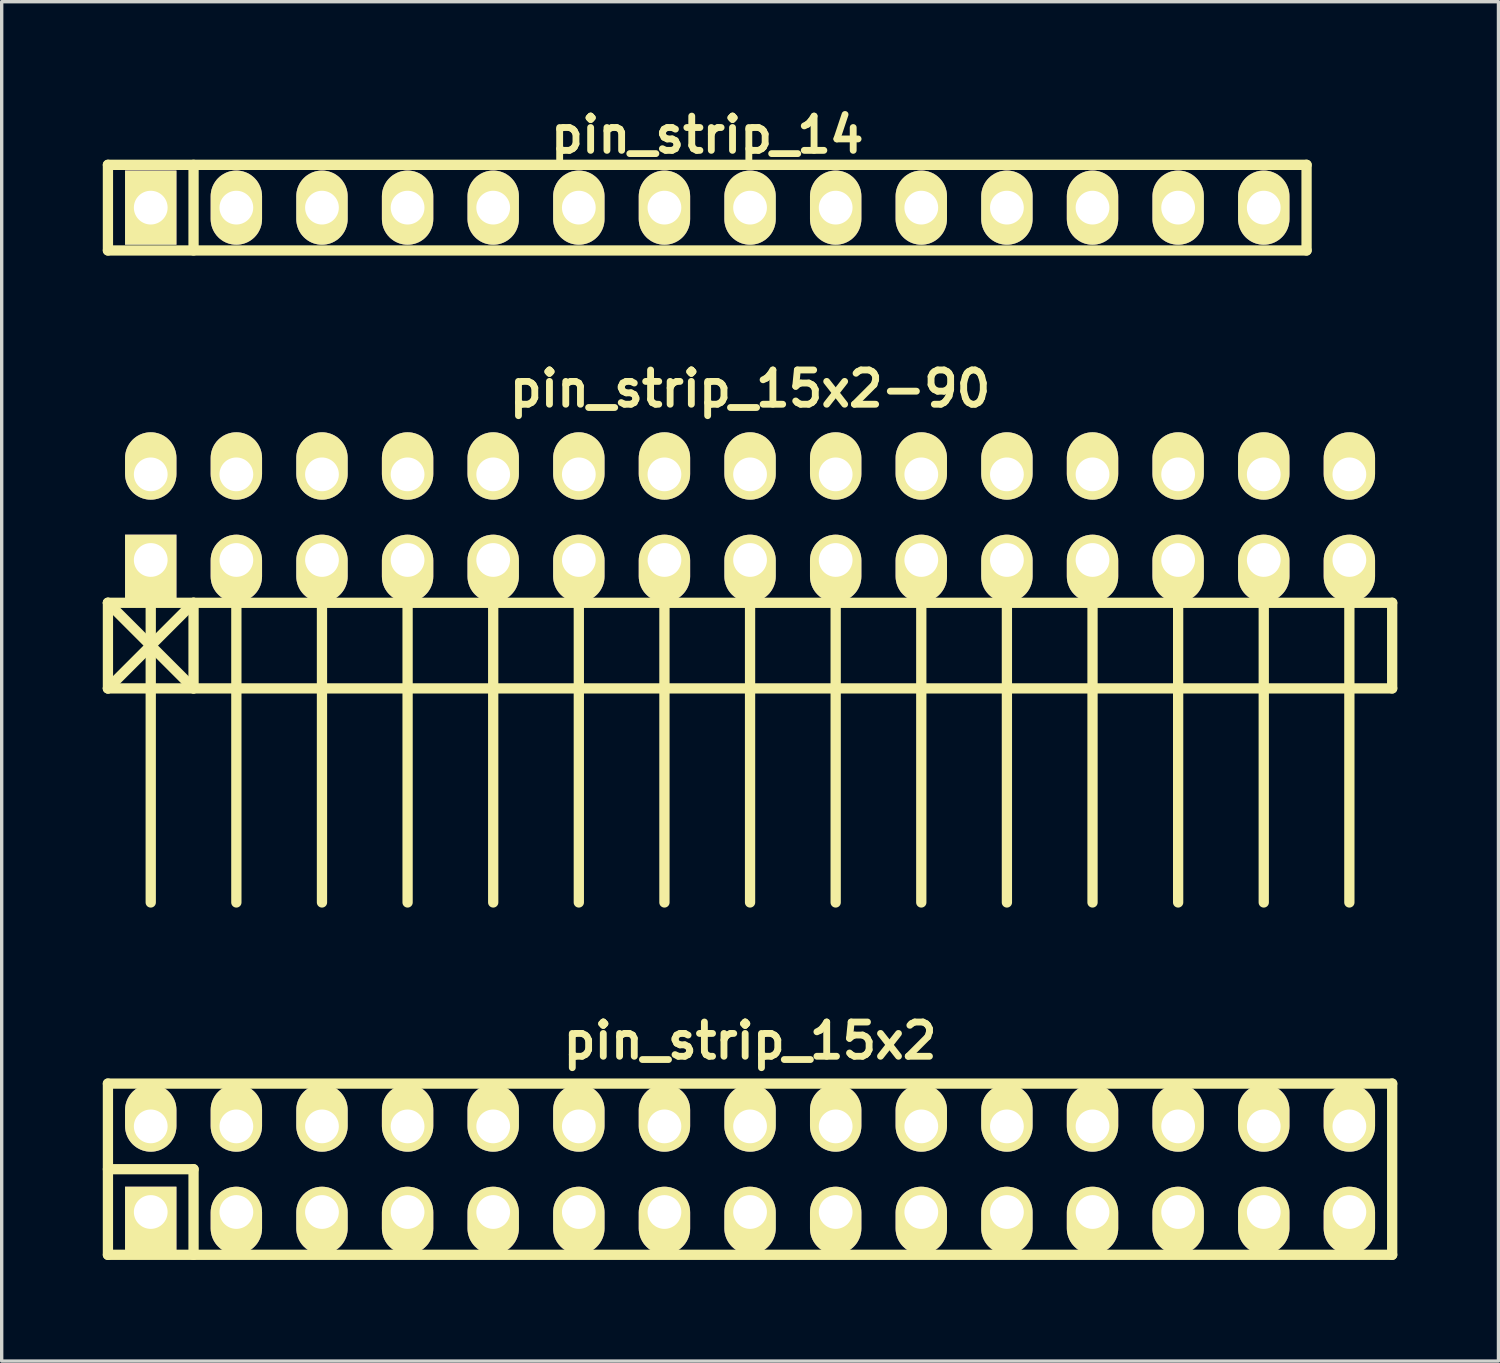
<source format=kicad_pcb>
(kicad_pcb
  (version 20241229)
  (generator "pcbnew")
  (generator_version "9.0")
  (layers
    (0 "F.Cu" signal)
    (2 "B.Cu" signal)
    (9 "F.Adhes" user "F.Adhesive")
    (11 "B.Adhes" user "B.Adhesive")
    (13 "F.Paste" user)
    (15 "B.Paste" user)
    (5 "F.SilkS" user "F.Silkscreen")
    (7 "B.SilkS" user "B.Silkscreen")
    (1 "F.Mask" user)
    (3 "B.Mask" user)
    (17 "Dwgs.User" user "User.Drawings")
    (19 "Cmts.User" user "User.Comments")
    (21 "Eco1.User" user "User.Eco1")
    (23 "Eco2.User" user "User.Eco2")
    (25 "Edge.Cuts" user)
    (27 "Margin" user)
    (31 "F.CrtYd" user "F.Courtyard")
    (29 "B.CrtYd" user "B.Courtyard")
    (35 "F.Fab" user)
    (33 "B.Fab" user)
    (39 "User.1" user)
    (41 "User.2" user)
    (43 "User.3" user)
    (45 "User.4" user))
  (footprint "pin_strip_15x2"
    (layer "F.Cu")
    (at 19.202 31.637)
    (property "Reference" "pin_strip_15x2" (at 0 -3.81 0) (layer "F.SilkS") (effects (font (size 1.016 1.016) (thickness 0.203))))
    (attr through_hole)
    (fp_line (start -19.05 -2.54) (end -19.05 2.54) (stroke (width 0.305) (type solid)) (layer "F.SilkS"))
    (fp_line (start -19.05 -2.54) (end 19.05 -2.54) (stroke (width 0.305) (type solid)) (layer "F.SilkS"))
    (fp_line (start -19.05 0) (end -16.51 0) (stroke (width 0.305) (type solid)) (layer "F.SilkS"))
    (fp_line (start -16.51 0) (end -16.51 2.54) (stroke (width 0.305) (type solid)) (layer "F.SilkS"))
    (fp_line (start 19.05 2.54) (end -19.05 2.54) (stroke (width 0.305) (type solid)) (layer "F.SilkS"))
    (fp_line (start 19.05 2.54) (end 19.05 -2.54) (stroke (width 0.305) (type solid)) (layer "F.SilkS"))
    (pad "1" thru_hole rect (at -17.78 1.27) (size 1.524 1.999) (drill 1.001 (offset 0 0.249)) (layers "*.Cu" "*.Mask" "F.SilkS"))
    (pad "2" thru_hole oval (at -17.78 -1.27) (size 1.524 1.999) (drill 1.001 (offset 0 -0.249)) (layers "*.Cu" "*.Mask" "F.SilkS"))
    (pad "3" thru_hole oval (at -15.24 1.27) (size 1.524 1.999) (drill 1.001 (offset 0 0.249)) (layers "*.Cu" "*.Mask" "F.SilkS"))
    (pad "4" thru_hole oval (at -15.24 -1.27) (size 1.524 1.999) (drill 1.001 (offset 0 -0.249)) (layers "*.Cu" "*.Mask" "F.SilkS"))
    (pad "5" thru_hole oval (at -12.7 1.27) (size 1.524 1.999) (drill 1.001 (offset 0 0.249)) (layers "*.Cu" "*.Mask" "F.SilkS"))
    (pad "6" thru_hole oval (at -12.7 -1.27) (size 1.524 1.999) (drill 1.001 (offset 0 -0.249)) (layers "*.Cu" "*.Mask" "F.SilkS"))
    (pad "7" thru_hole oval (at -10.16 1.27) (size 1.524 1.999) (drill 1.001 (offset 0 0.249)) (layers "*.Cu" "*.Mask" "F.SilkS"))
    (pad "8" thru_hole oval (at -10.16 -1.27) (size 1.524 1.999) (drill 1.001 (offset 0 -0.249)) (layers "*.Cu" "*.Mask" "F.SilkS"))
    (pad "9" thru_hole oval (at -7.62 1.27) (size 1.524 1.999) (drill 1.001 (offset 0 0.249)) (layers "*.Cu" "*.Mask" "F.SilkS"))
    (pad "10" thru_hole oval (at -7.62 -1.27) (size 1.524 1.999) (drill 1.001 (offset 0 -0.249)) (layers "*.Cu" "*.Mask" "F.SilkS"))
    (pad "11" thru_hole oval (at -5.08 1.27) (size 1.524 1.999) (drill 1.001 (offset 0 0.249)) (layers "*.Cu" "*.Mask" "F.SilkS"))
    (pad "12" thru_hole oval (at -5.08 -1.27) (size 1.524 1.999) (drill 1.001 (offset 0 -0.249)) (layers "*.Cu" "*.Mask" "F.SilkS"))
    (pad "13" thru_hole oval (at -2.54 1.27) (size 1.524 1.999) (drill 1.001 (offset 0 0.249)) (layers "*.Cu" "*.Mask" "F.SilkS"))
    (pad "14" thru_hole oval (at -2.54 -1.27) (size 1.524 1.999) (drill 1.001 (offset 0 -0.249)) (layers "*.Cu" "*.Mask" "F.SilkS"))
    (pad "15" thru_hole oval (at 0 1.27) (size 1.524 1.999) (drill 1.001 (offset 0 0.249)) (layers "*.Cu" "*.Mask" "F.SilkS"))
    (pad "16" thru_hole oval (at 0 -1.27) (size 1.524 1.999) (drill 1.001 (offset 0 -0.249)) (layers "*.Cu" "*.Mask" "F.SilkS"))
    (pad "17" thru_hole oval (at 2.54 1.27) (size 1.524 1.999) (drill 1.001 (offset 0 0.249)) (layers "*.Cu" "*.Mask" "F.SilkS"))
    (pad "18" thru_hole oval (at 2.54 -1.27) (size 1.524 1.999) (drill 1.001 (offset 0 -0.249)) (layers "*.Cu" "*.Mask" "F.SilkS"))
    (pad "19" thru_hole oval (at 5.08 1.27) (size 1.524 1.999) (drill 1.001 (offset 0 0.249)) (layers "*.Cu" "*.Mask" "F.SilkS"))
    (pad "20" thru_hole oval (at 5.08 -1.27) (size 1.524 1.999) (drill 1.001 (offset 0 -0.249)) (layers "*.Cu" "*.Mask" "F.SilkS"))
    (pad "21" thru_hole oval (at 7.62 1.27) (size 1.524 1.999) (drill 1.001 (offset 0 0.249)) (layers "*.Cu" "*.Mask" "F.SilkS"))
    (pad "22" thru_hole oval (at 7.62 -1.27) (size 1.524 1.999) (drill 1.001 (offset 0 -0.249)) (layers "*.Cu" "*.Mask" "F.SilkS"))
    (pad "23" thru_hole oval (at 10.16 1.27) (size 1.524 1.999) (drill 1.001 (offset 0 0.249)) (layers "*.Cu" "*.Mask" "F.SilkS"))
    (pad "24" thru_hole oval (at 10.16 -1.27) (size 1.524 1.999) (drill 1.001 (offset 0 -0.249)) (layers "*.Cu" "*.Mask" "F.SilkS"))
    (pad "25" thru_hole oval (at 12.7 1.27) (size 1.524 1.999) (drill 1.001 (offset 0 0.249)) (layers "*.Cu" "*.Mask" "F.SilkS"))
    (pad "26" thru_hole oval (at 12.7 -1.27) (size 1.524 1.999) (drill 1.001 (offset 0 -0.249)) (layers "*.Cu" "*.Mask" "F.SilkS"))
    (pad "27" thru_hole oval (at 15.24 1.27) (size 1.524 1.999) (drill 1.001 (offset 0 0.249)) (layers "*.Cu" "*.Mask" "F.SilkS"))
    (pad "28" thru_hole oval (at 15.24 -1.27) (size 1.524 1.999) (drill 1.001 (offset 0 -0.249)) (layers "*.Cu" "*.Mask" "F.SilkS"))
    (pad "29" thru_hole oval (at 17.78 1.27) (size 1.524 1.999) (drill 1.001 (offset 0 0.249)) (layers "*.Cu" "*.Mask" "F.SilkS"))
    (pad "30" thru_hole oval (at 17.78 -1.27) (size 1.524 1.999) (drill 1.001 (offset 0 -0.249)) (layers "*.Cu" "*.Mask" "F.SilkS")))
  (footprint "pin_strip_14"
    (layer "F.Cu")
    (at 17.932 3.11)
    (property "Reference" "pin_strip_14" (at 0 -2.159 0) (layer "F.SilkS") (effects (font (size 1.016 1.016) (thickness 0.203))))
    (attr through_hole)
    (fp_line (start -17.78 -1.27) (end 17.78 -1.27) (stroke (width 0.305) (type solid)) (layer "F.SilkS"))
    (fp_line (start -17.78 1.27) (end -17.78 -1.27) (stroke (width 0.305) (type solid)) (layer "F.SilkS"))
    (fp_line (start -15.24 -1.27) (end -15.24 1.27) (stroke (width 0.305) (type solid)) (layer "F.SilkS"))
    (fp_line (start 17.78 -1.27) (end 17.78 1.27) (stroke (width 0.305) (type solid)) (layer "F.SilkS"))
    (fp_line (start 17.78 1.27) (end -17.78 1.27) (stroke (width 0.305) (type solid)) (layer "F.SilkS"))
    (pad "1" thru_hole rect (at -16.51 0) (size 1.524 2.2) (drill 1.001) (layers "*.Cu" "*.Mask" "F.SilkS"))
    (pad "2" thru_hole oval (at -13.97 0) (size 1.524 2.2) (drill 1.001) (layers "*.Cu" "*.Mask" "F.SilkS"))
    (pad "3" thru_hole oval (at -11.43 0) (size 1.524 2.2) (drill 1.001) (layers "*.Cu" "*.Mask" "F.SilkS"))
    (pad "4" thru_hole oval (at -8.89 0) (size 1.524 2.2) (drill 1.001) (layers "*.Cu" "*.Mask" "F.SilkS"))
    (pad "5" thru_hole oval (at -6.35 0) (size 1.524 2.2) (drill 1.001) (layers "*.Cu" "*.Mask" "F.SilkS"))
    (pad "6" thru_hole oval (at -3.81 0) (size 1.524 2.2) (drill 1.001) (layers "*.Cu" "*.Mask" "F.SilkS"))
    (pad "7" thru_hole oval (at -1.27 0) (size 1.524 2.2) (drill 1.001) (layers "*.Cu" "*.Mask" "F.SilkS"))
    (pad "8" thru_hole oval (at 1.27 0) (size 1.524 2.2) (drill 1.001) (layers "*.Cu" "*.Mask" "F.SilkS"))
    (pad "9" thru_hole oval (at 3.81 0) (size 1.524 2.2) (drill 1.001) (layers "*.Cu" "*.Mask" "F.SilkS"))
    (pad "10" thru_hole oval (at 6.35 0) (size 1.524 2.2) (drill 1.001) (layers "*.Cu" "*.Mask" "F.SilkS"))
    (pad "11" thru_hole oval (at 8.89 0) (size 1.524 2.2) (drill 1.001) (layers "*.Cu" "*.Mask" "F.SilkS"))
    (pad "12" thru_hole oval (at 11.43 0) (size 1.524 2.2) (drill 1.001) (layers "*.Cu" "*.Mask" "F.SilkS"))
    (pad "13" thru_hole oval (at 13.97 0) (size 1.524 2.2) (drill 1.001) (layers "*.Cu" "*.Mask" "F.SilkS"))
    (pad "14" thru_hole oval (at 16.51 0) (size 1.524 2.2) (drill 1.001) (layers "*.Cu" "*.Mask" "F.SilkS")))
  (footprint "pin_strip_15x2-90"
    (layer "F.Cu")
    (at 19.202 12.293)
    (property "Reference" "pin_strip_15x2-90" (at 0 -3.81 0) (layer "F.SilkS") (effects (font (size 1.016 1.016) (thickness 0.203))))
    (attr through_hole)
    (fp_line (start -19.05 2.54) (end -16.51 5.08) (stroke (width 0.305) (type solid)) (layer "F.SilkS"))
    (fp_line (start -19.05 2.54) (end 19.05 2.54) (stroke (width 0.305) (type solid)) (layer "F.SilkS"))
    (fp_line (start -19.05 5.08) (end -19.05 2.54) (stroke (width 0.305) (type solid)) (layer "F.SilkS"))
    (fp_line (start -17.78 1.27) (end -17.78 11.43) (stroke (width 0.305) (type solid)) (layer "F.SilkS"))
    (fp_line (start -16.51 2.54) (end -19.05 5.08) (stroke (width 0.305) (type solid)) (layer "F.SilkS"))
    (fp_line (start -16.51 5.08) (end -16.51 2.54) (stroke (width 0.305) (type solid)) (layer "F.SilkS"))
    (fp_line (start -15.24 1.27) (end -15.24 11.43) (stroke (width 0.305) (type solid)) (layer "F.SilkS"))
    (fp_line (start -12.7 11.43) (end -12.7 1.27) (stroke (width 0.305) (type solid)) (layer "F.SilkS"))
    (fp_line (start -10.16 1.27) (end -10.16 11.43) (stroke (width 0.305) (type solid)) (layer "F.SilkS"))
    (fp_line (start -7.62 1.27) (end -7.62 11.43) (stroke (width 0.305) (type solid)) (layer "F.SilkS"))
    (fp_line (start -5.08 1.27) (end -5.08 11.43) (stroke (width 0.305) (type solid)) (layer "F.SilkS"))
    (fp_line (start -2.54 1.27) (end -2.54 11.43) (stroke (width 0.305) (type solid)) (layer "F.SilkS"))
    (fp_line (start 0 1.27) (end 0 11.43) (stroke (width 0.305) (type solid)) (layer "F.SilkS"))
    (fp_line (start 2.54 1.27) (end 2.54 11.43) (stroke (width 0.305) (type solid)) (layer "F.SilkS"))
    (fp_line (start 5.08 1.27) (end 5.08 11.43) (stroke (width 0.305) (type solid)) (layer "F.SilkS"))
    (fp_line (start 7.62 1.27) (end 7.62 11.43) (stroke (width 0.305) (type solid)) (layer "F.SilkS"))
    (fp_line (start 10.16 1.27) (end 10.16 11.43) (stroke (width 0.305) (type solid)) (layer "F.SilkS"))
    (fp_line (start 12.7 11.43) (end 12.7 1.27) (stroke (width 0.305) (type solid)) (layer "F.SilkS"))
    (fp_line (start 15.24 1.27) (end 15.24 11.43) (stroke (width 0.305) (type solid)) (layer "F.SilkS"))
    (fp_line (start 17.78 1.27) (end 17.78 11.43) (stroke (width 0.305) (type solid)) (layer "F.SilkS"))
    (fp_line (start 19.05 2.54) (end 19.05 5.08) (stroke (width 0.305) (type solid)) (layer "F.SilkS"))
    (fp_line (start 19.05 5.08) (end -19.05 5.08) (stroke (width 0.305) (type solid)) (layer "F.SilkS"))
    (pad "1" thru_hole rect (at -17.78 1.27) (size 1.524 1.999) (drill 1.001 (offset 0 0.249)) (layers "*.Cu" "*.Mask" "F.SilkS"))
    (pad "2" thru_hole oval (at -17.78 -1.27) (size 1.524 1.999) (drill 1.001 (offset 0 -0.249)) (layers "*.Cu" "*.Mask" "F.SilkS"))
    (pad "3" thru_hole oval (at -15.24 1.27) (size 1.524 1.999) (drill 1.001 (offset 0 0.249)) (layers "*.Cu" "*.Mask" "F.SilkS"))
    (pad "4" thru_hole oval (at -15.24 -1.27) (size 1.524 1.999) (drill 1.001 (offset 0 -0.249)) (layers "*.Cu" "*.Mask" "F.SilkS"))
    (pad "5" thru_hole oval (at -12.7 1.27) (size 1.524 1.999) (drill 1.001 (offset 0 0.249)) (layers "*.Cu" "*.Mask" "F.SilkS"))
    (pad "6" thru_hole oval (at -12.7 -1.27) (size 1.524 1.999) (drill 1.001 (offset 0 -0.249)) (layers "*.Cu" "*.Mask" "F.SilkS"))
    (pad "7" thru_hole oval (at -10.16 1.27) (size 1.524 1.999) (drill 1.001 (offset 0 0.249)) (layers "*.Cu" "*.Mask" "F.SilkS"))
    (pad "8" thru_hole oval (at -10.16 -1.27) (size 1.524 1.999) (drill 1.001 (offset 0 -0.249)) (layers "*.Cu" "*.Mask" "F.SilkS"))
    (pad "9" thru_hole oval (at -7.62 1.27) (size 1.524 1.999) (drill 1.001 (offset 0 0.249)) (layers "*.Cu" "*.Mask" "F.SilkS"))
    (pad "10" thru_hole oval (at -7.62 -1.27) (size 1.524 1.999) (drill 1.001 (offset 0 -0.249)) (layers "*.Cu" "*.Mask" "F.SilkS"))
    (pad "11" thru_hole oval (at -5.08 1.27) (size 1.524 1.999) (drill 1.001 (offset 0 0.249)) (layers "*.Cu" "*.Mask" "F.SilkS"))
    (pad "12" thru_hole oval (at -5.08 -1.27) (size 1.524 1.999) (drill 1.001 (offset 0 -0.249)) (layers "*.Cu" "*.Mask" "F.SilkS"))
    (pad "13" thru_hole oval (at -2.54 1.27) (size 1.524 1.999) (drill 1.001 (offset 0 0.249)) (layers "*.Cu" "*.Mask" "F.SilkS"))
    (pad "14" thru_hole oval (at -2.54 -1.27) (size 1.524 1.999) (drill 1.001 (offset 0 -0.249)) (layers "*.Cu" "*.Mask" "F.SilkS"))
    (pad "15" thru_hole oval (at 0 1.27) (size 1.524 1.999) (drill 1.001 (offset 0 0.249)) (layers "*.Cu" "*.Mask" "F.SilkS"))
    (pad "16" thru_hole oval (at 0 -1.27) (size 1.524 1.999) (drill 1.001 (offset 0 -0.249)) (layers "*.Cu" "*.Mask" "F.SilkS"))
    (pad "17" thru_hole oval (at 2.54 1.27) (size 1.524 1.999) (drill 1.001 (offset 0 0.249)) (layers "*.Cu" "*.Mask" "F.SilkS"))
    (pad "18" thru_hole oval (at 2.54 -1.27) (size 1.524 1.999) (drill 1.001 (offset 0 -0.249)) (layers "*.Cu" "*.Mask" "F.SilkS"))
    (pad "19" thru_hole oval (at 5.08 1.27) (size 1.524 1.999) (drill 1.001 (offset 0 0.249)) (layers "*.Cu" "*.Mask" "F.SilkS"))
    (pad "20" thru_hole oval (at 5.08 -1.27) (size 1.524 1.999) (drill 1.001 (offset 0 -0.249)) (layers "*.Cu" "*.Mask" "F.SilkS"))
    (pad "21" thru_hole oval (at 7.62 1.27) (size 1.524 1.999) (drill 1.001 (offset 0 0.249)) (layers "*.Cu" "*.Mask" "F.SilkS"))
    (pad "22" thru_hole oval (at 7.62 -1.27) (size 1.524 1.999) (drill 1.001 (offset 0 -0.249)) (layers "*.Cu" "*.Mask" "F.SilkS"))
    (pad "23" thru_hole oval (at 10.16 1.27) (size 1.524 1.999) (drill 1.001 (offset 0 0.249)) (layers "*.Cu" "*.Mask" "F.SilkS"))
    (pad "24" thru_hole oval (at 10.16 -1.27) (size 1.524 1.999) (drill 1.001 (offset 0 -0.249)) (layers "*.Cu" "*.Mask" "F.SilkS"))
    (pad "25" thru_hole oval (at 12.7 1.27) (size 1.524 1.999) (drill 1.001 (offset 0 0.249)) (layers "*.Cu" "*.Mask" "F.SilkS"))
    (pad "26" thru_hole oval (at 12.7 -1.27) (size 1.524 1.999) (drill 1.001 (offset 0 -0.249)) (layers "*.Cu" "*.Mask" "F.SilkS"))
    (pad "27" thru_hole oval (at 15.24 1.27) (size 1.524 1.999) (drill 1.001 (offset 0 0.249)) (layers "*.Cu" "*.Mask" "F.SilkS"))
    (pad "28" thru_hole oval (at 15.24 -1.27) (size 1.524 1.999) (drill 1.001 (offset 0 -0.249)) (layers "*.Cu" "*.Mask" "F.SilkS"))
    (pad "29" thru_hole oval (at 17.78 1.27) (size 1.524 1.999) (drill 1.001 (offset 0 0.249)) (layers "*.Cu" "*.Mask" "F.SilkS"))
    (pad "30" thru_hole oval (at 17.78 -1.27) (size 1.524 1.999) (drill 1.001 (offset 0 -0.249)) (layers "*.Cu" "*.Mask" "F.SilkS")))
  (gr_rect
    (start -3 -3)
    (end 41.405 37.329)
    (stroke (width 0.1) (type default))
    (fill no)
    (layer "Edge.Cuts")))
</source>
